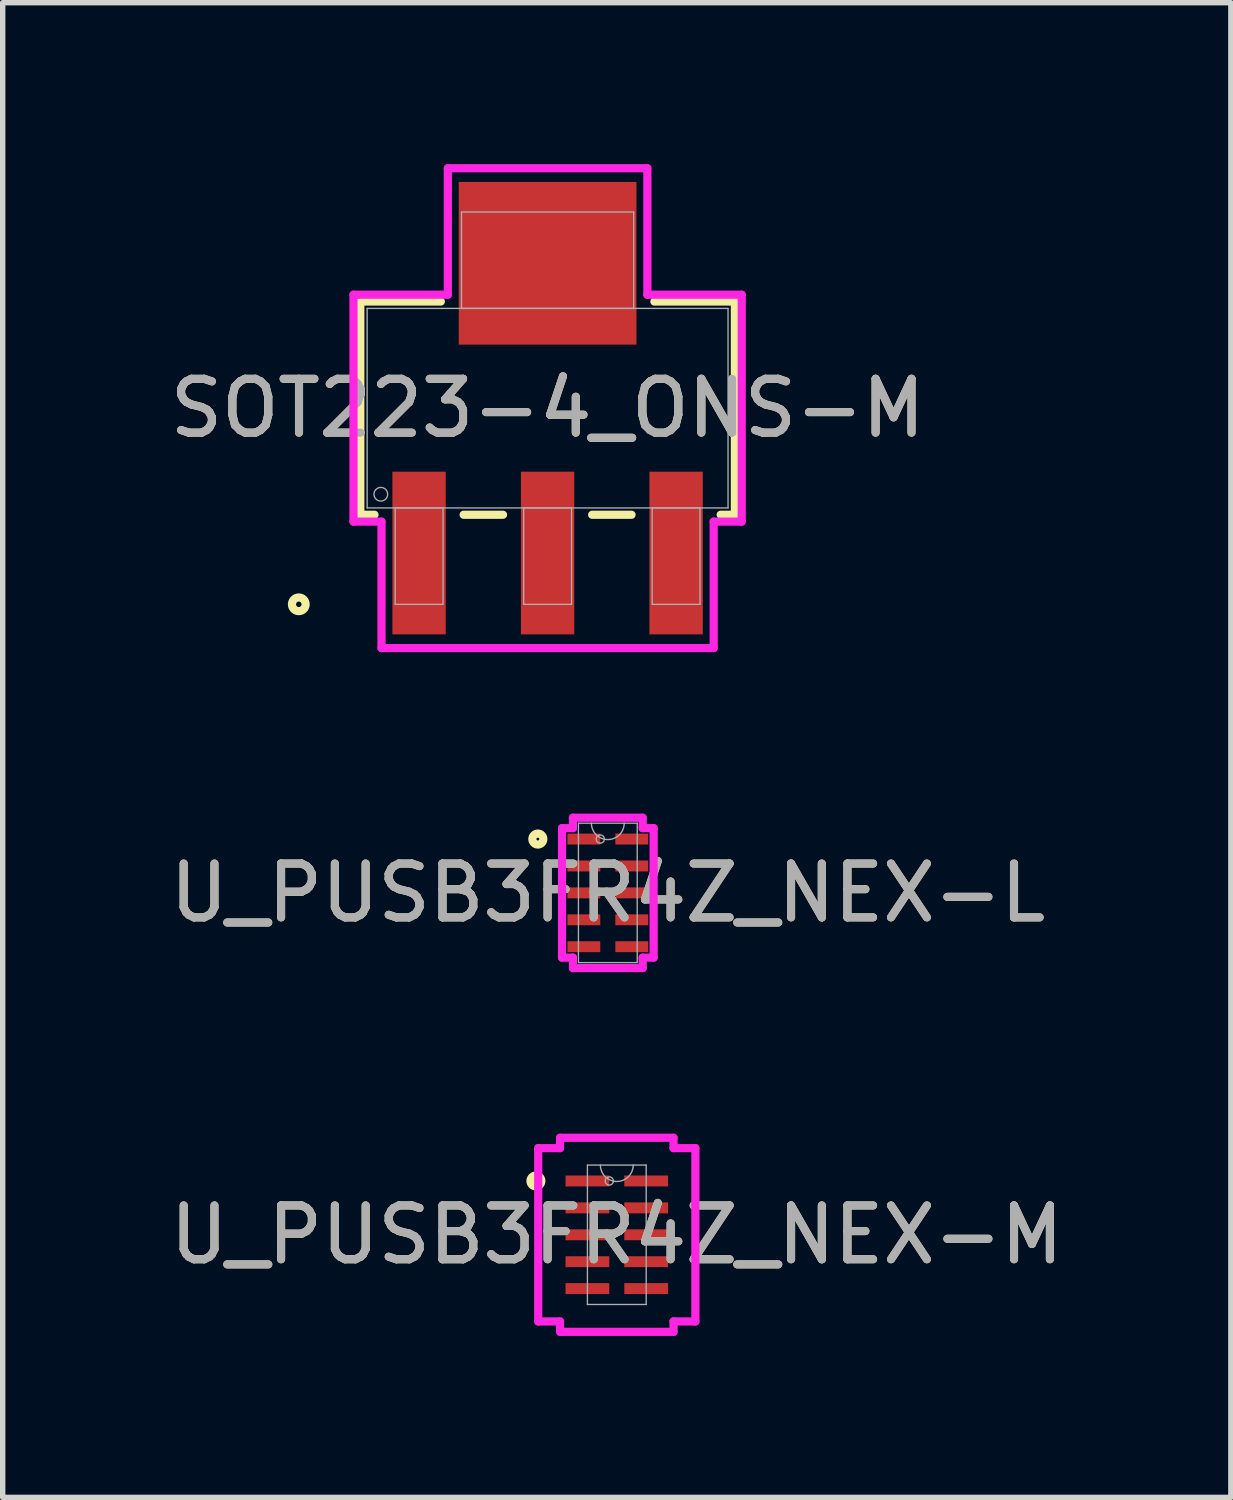
<source format=kicad_pcb>
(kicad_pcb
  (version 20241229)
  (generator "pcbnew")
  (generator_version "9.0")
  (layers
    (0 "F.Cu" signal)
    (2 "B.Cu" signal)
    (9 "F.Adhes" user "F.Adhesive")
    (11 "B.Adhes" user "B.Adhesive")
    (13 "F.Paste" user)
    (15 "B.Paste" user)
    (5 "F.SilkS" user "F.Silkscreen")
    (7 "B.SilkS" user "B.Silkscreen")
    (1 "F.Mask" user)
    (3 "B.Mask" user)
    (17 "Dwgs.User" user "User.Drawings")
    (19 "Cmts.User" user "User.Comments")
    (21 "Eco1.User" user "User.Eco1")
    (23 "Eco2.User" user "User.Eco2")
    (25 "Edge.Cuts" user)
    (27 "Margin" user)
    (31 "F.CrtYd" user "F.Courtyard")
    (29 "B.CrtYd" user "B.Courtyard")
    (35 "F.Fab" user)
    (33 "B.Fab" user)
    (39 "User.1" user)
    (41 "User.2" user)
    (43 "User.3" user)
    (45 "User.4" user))
  (footprint "SOT223-4_ONS-M"
    (layer "F.Cu")
    (at 7.125 4.534)
    (property "Reference" "SOT223-4_ONS-M" (at 0 0 0) (unlocked yes) (layer "F.SilkS") (effects (font (size 1 1) (thickness 0.15))))
    (attr smd)
    (fp_line (start -3.48 -1.981) (end -3.48 1.981) (stroke (width 0.152) (type solid)) (layer "F.SilkS"))
    (fp_line (start -3.48 1.981) (end -3.216 1.981) (stroke (width 0.152) (type solid)) (layer "F.SilkS"))
    (fp_line (start -1.984 -1.981) (end -3.48 -1.981) (stroke (width 0.152) (type solid)) (layer "F.SilkS"))
    (fp_line (start -1.56 1.981) (end -0.828 1.981) (stroke (width 0.152) (type solid)) (layer "F.SilkS"))
    (fp_line (start 0.828 1.981) (end 1.56 1.981) (stroke (width 0.152) (type solid)) (layer "F.SilkS"))
    (fp_line (start 3.216 1.981) (end 3.48 1.981) (stroke (width 0.152) (type solid)) (layer "F.SilkS"))
    (fp_line (start 3.48 -1.981) (end 1.984 -1.981) (stroke (width 0.152) (type solid)) (layer "F.SilkS"))
    (fp_line (start 3.48 1.981) (end 3.48 -1.981) (stroke (width 0.152) (type solid)) (layer "F.SilkS"))
    (fp_circle (center -4.623 3.645) (end -4.496 3.645) (stroke (width 0.152) (type solid)) (fill no) (layer "F.SilkS"))
    (fp_line (start -3.607 -2.108) (end -1.854 -2.108) (stroke (width 0.152) (type solid)) (layer "F.CrtYd"))
    (fp_line (start -3.607 2.108) (end -3.607 -2.108) (stroke (width 0.152) (type solid)) (layer "F.CrtYd"))
    (fp_line (start -3.086 2.108) (end -3.607 2.108) (stroke (width 0.152) (type solid)) (layer "F.CrtYd"))
    (fp_line (start -3.086 4.458) (end -3.086 2.108) (stroke (width 0.152) (type solid)) (layer "F.CrtYd"))
    (fp_line (start -1.854 -4.458) (end 1.854 -4.458) (stroke (width 0.152) (type solid)) (layer "F.CrtYd"))
    (fp_line (start -1.854 -2.108) (end -1.854 -4.458) (stroke (width 0.152) (type solid)) (layer "F.CrtYd"))
    (fp_line (start 1.854 -4.458) (end 1.854 -2.108) (stroke (width 0.152) (type solid)) (layer "F.CrtYd"))
    (fp_line (start 1.854 -2.108) (end 3.607 -2.108) (stroke (width 0.152) (type solid)) (layer "F.CrtYd"))
    (fp_line (start 3.086 2.108) (end 3.086 4.458) (stroke (width 0.152) (type solid)) (layer "F.CrtYd"))
    (fp_line (start 3.086 4.458) (end -3.086 4.458) (stroke (width 0.152) (type solid)) (layer "F.CrtYd"))
    (fp_line (start 3.607 -2.108) (end 3.607 2.108) (stroke (width 0.152) (type solid)) (layer "F.CrtYd"))
    (fp_line (start 3.607 2.108) (end 3.086 2.108) (stroke (width 0.152) (type solid)) (layer "F.CrtYd"))
    (fp_line (start -3.353 -1.854) (end -3.353 1.854) (stroke (width 0.025) (type solid)) (layer "F.Fab"))
    (fp_line (start -3.353 1.854) (end 3.353 1.854) (stroke (width 0.025) (type solid)) (layer "F.Fab"))
    (fp_line (start -2.832 1.854) (end -2.832 3.645) (stroke (width 0.025) (type solid)) (layer "F.Fab"))
    (fp_line (start -2.832 3.645) (end -1.943 3.645) (stroke (width 0.025) (type solid)) (layer "F.Fab"))
    (fp_line (start -1.943 1.854) (end -2.832 1.854) (stroke (width 0.025) (type solid)) (layer "F.Fab"))
    (fp_line (start -1.943 3.645) (end -1.943 1.854) (stroke (width 0.025) (type solid)) (layer "F.Fab"))
    (fp_line (start -1.6 -3.645) (end -1.6 -1.854) (stroke (width 0.025) (type solid)) (layer "F.Fab"))
    (fp_line (start -1.6 -1.854) (end 1.6 -1.854) (stroke (width 0.025) (type solid)) (layer "F.Fab"))
    (fp_line (start -0.445 1.854) (end -0.445 3.645) (stroke (width 0.025) (type solid)) (layer "F.Fab"))
    (fp_line (start -0.445 3.645) (end 0.445 3.645) (stroke (width 0.025) (type solid)) (layer "F.Fab"))
    (fp_line (start 0.445 1.854) (end -0.445 1.854) (stroke (width 0.025) (type solid)) (layer "F.Fab"))
    (fp_line (start 0.445 3.645) (end 0.445 1.854) (stroke (width 0.025) (type solid)) (layer "F.Fab"))
    (fp_line (start 1.6 -3.645) (end -1.6 -3.645) (stroke (width 0.025) (type solid)) (layer "F.Fab"))
    (fp_line (start 1.6 -1.854) (end 1.6 -3.645) (stroke (width 0.025) (type solid)) (layer "F.Fab"))
    (fp_line (start 1.943 1.854) (end 1.943 3.645) (stroke (width 0.025) (type solid)) (layer "F.Fab"))
    (fp_line (start 1.943 3.645) (end 2.832 3.645) (stroke (width 0.025) (type solid)) (layer "F.Fab"))
    (fp_line (start 2.832 1.854) (end 1.943 1.854) (stroke (width 0.025) (type solid)) (layer "F.Fab"))
    (fp_line (start 2.832 3.645) (end 2.832 1.854) (stroke (width 0.025) (type solid)) (layer "F.Fab"))
    (fp_line (start 3.353 -1.854) (end -3.353 -1.854) (stroke (width 0.025) (type solid)) (layer "F.Fab"))
    (fp_line (start 3.353 1.854) (end 3.353 -1.854) (stroke (width 0.025) (type solid)) (layer "F.Fab"))
    (fp_circle (center -3.099 1.6) (end -2.972 1.6) (stroke (width 0.025) (type solid)) (fill no) (layer "F.Fab"))
    (fp_text user "${REFERENCE}" (at 0 0 0) (unlocked yes) (layer "F.Fab") (effects (font (size 1 1) (thickness 0.15))))
    (pad "1" smd rect (at -2.388 2.692) (size 0.991 3.023) (layers "F.Cu" "F.Mask" "F.Paste"))
    (pad "2" smd rect (at 0 2.692) (size 0.991 3.023) (layers "F.Cu" "F.Mask" "F.Paste"))
    (pad "3" smd rect (at 2.388 2.692) (size 0.991 3.023) (layers "F.Cu" "F.Mask" "F.Paste"))
    (pad "4" smd rect (at 0 -2.692) (size 3.302 3.023) (layers "F.Cu" "F.Mask" "F.Paste")))
  (footprint "U_PUSB3FR4Z_NEX-M"
    (layer "F.Cu")
    (at 8.411 19.894)
    (property "Reference" "U_PUSB3FR4Z_NEX-M" (at 0 0 0) (unlocked yes) (layer "F.SilkS") (effects (font (size 1 1) (thickness 0.15))))
    (attr smd)
    (fp_circle (center -1.503 -1) (end -1.402 -1) (stroke (width 0.152) (type solid)) (fill no) (layer "F.SilkS"))
    (fp_line (start -1.46 -1.61) (end -1.054 -1.61) (stroke (width 0.152) (type solid)) (layer "F.CrtYd"))
    (fp_line (start -1.46 1.61) (end -1.46 -1.61) (stroke (width 0.152) (type solid)) (layer "F.CrtYd"))
    (fp_line (start -1.46 1.61) (end -1.054 1.61) (stroke (width 0.152) (type solid)) (layer "F.CrtYd"))
    (fp_line (start -1.054 -1.803) (end 1.054 -1.803) (stroke (width 0.152) (type solid)) (layer "F.CrtYd"))
    (fp_line (start -1.054 -1.61) (end -1.054 -1.803) (stroke (width 0.152) (type solid)) (layer "F.CrtYd"))
    (fp_line (start -1.054 1.803) (end -1.054 1.61) (stroke (width 0.152) (type solid)) (layer "F.CrtYd"))
    (fp_line (start 1.054 -1.803) (end 1.054 -1.61) (stroke (width 0.152) (type solid)) (layer "F.CrtYd"))
    (fp_line (start 1.054 1.61) (end 1.054 1.803) (stroke (width 0.152) (type solid)) (layer "F.CrtYd"))
    (fp_line (start 1.054 1.803) (end -1.054 1.803) (stroke (width 0.152) (type solid)) (layer "F.CrtYd"))
    (fp_line (start 1.46 -1.61) (end 1.054 -1.61) (stroke (width 0.152) (type solid)) (layer "F.CrtYd"))
    (fp_line (start 1.46 -1.61) (end 1.46 1.61) (stroke (width 0.152) (type solid)) (layer "F.CrtYd"))
    (fp_line (start 1.46 1.61) (end 1.054 1.61) (stroke (width 0.152) (type solid)) (layer "F.CrtYd"))
    (fp_line (start -0.546 -1.295) (end -0.546 1.295) (stroke (width 0.025) (type solid)) (layer "F.Fab"))
    (fp_line (start -0.546 1.295) (end 0.546 1.295) (stroke (width 0.025) (type solid)) (layer "F.Fab"))
    (fp_line (start 0.546 -1.295) (end -0.546 -1.295) (stroke (width 0.025) (type solid)) (layer "F.Fab"))
    (fp_line (start 0.546 1.295) (end 0.546 -1.295) (stroke (width 0.025) (type solid)) (layer "F.Fab"))
    (fp_arc (start 0.3048 -1.2954) (mid 0 -0.9906) (end -0.3048 -1.2954) (stroke (width 0.0254) (type solid)) (layer "F.Fab"))
    (fp_circle (center -0.14 -1) (end -0.064 -1) (stroke (width 0.025) (type solid)) (fill no) (layer "F.Fab"))
    (fp_text user "${REFERENCE}" (at 0 0 0) (unlocked yes) (layer "F.Fab") (effects (font (size 1 1) (thickness 0.15))))
    (pad "1" smd rect (at -0.546 -1) (size 0.813 0.203) (layers "F.Cu" "F.Mask" "F.Paste"))
    (pad "2" smd rect (at -0.546 -0.5) (size 0.813 0.203) (layers "F.Cu" "F.Mask" "F.Paste"))
    (pad "3" smd rect (at -0.546 0) (size 0.813 0.203) (layers "F.Cu" "F.Mask" "F.Paste"))
    (pad "4" smd rect (at -0.546 0.5) (size 0.813 0.203) (layers "F.Cu" "F.Mask" "F.Paste"))
    (pad "5" smd rect (at -0.546 1) (size 0.813 0.203) (layers "F.Cu" "F.Mask" "F.Paste"))
    (pad "6" smd rect (at 0.546 1) (size 0.813 0.203) (layers "F.Cu" "F.Mask" "F.Paste"))
    (pad "7" smd rect (at 0.546 0.5) (size 0.813 0.203) (layers "F.Cu" "F.Mask" "F.Paste"))
    (pad "8" smd rect (at 0.546 0) (size 0.813 0.203) (layers "F.Cu" "F.Mask" "F.Paste"))
    (pad "9" smd rect (at 0.546 -0.5) (size 0.813 0.203) (layers "F.Cu" "F.Mask" "F.Paste"))
    (pad "10" smd rect (at 0.546 -1) (size 0.813 0.203) (layers "F.Cu" "F.Mask" "F.Paste")))
  (footprint "U_PUSB3FR4Z_NEX-L"
    (layer "F.Cu")
    (at 8.244 13.541)
    (property "Reference" "U_PUSB3FR4Z_NEX-L" (at 0 0 0) (unlocked yes) (layer "F.SilkS") (effects (font (size 1 1) (thickness 0.15))))
    (attr smd)
    (fp_circle (center -1.3 -1) (end -1.198 -1) (stroke (width 0.152) (type solid)) (fill no) (layer "F.SilkS"))
    (fp_line (start -0.851 -1.203) (end -0.648 -1.203) (stroke (width 0.152) (type solid)) (layer "F.CrtYd"))
    (fp_line (start -0.851 1.203) (end -0.851 -1.203) (stroke (width 0.152) (type solid)) (layer "F.CrtYd"))
    (fp_line (start -0.851 1.203) (end -0.648 1.203) (stroke (width 0.152) (type solid)) (layer "F.CrtYd"))
    (fp_line (start -0.648 -1.397) (end 0.648 -1.397) (stroke (width 0.152) (type solid)) (layer "F.CrtYd"))
    (fp_line (start -0.648 -1.203) (end -0.648 -1.397) (stroke (width 0.152) (type solid)) (layer "F.CrtYd"))
    (fp_line (start -0.648 1.397) (end -0.648 1.203) (stroke (width 0.152) (type solid)) (layer "F.CrtYd"))
    (fp_line (start 0.648 -1.397) (end 0.648 -1.203) (stroke (width 0.152) (type solid)) (layer "F.CrtYd"))
    (fp_line (start 0.648 1.203) (end 0.648 1.397) (stroke (width 0.152) (type solid)) (layer "F.CrtYd"))
    (fp_line (start 0.648 1.397) (end -0.648 1.397) (stroke (width 0.152) (type solid)) (layer "F.CrtYd"))
    (fp_line (start 0.851 -1.203) (end 0.648 -1.203) (stroke (width 0.152) (type solid)) (layer "F.CrtYd"))
    (fp_line (start 0.851 -1.203) (end 0.851 1.203) (stroke (width 0.152) (type solid)) (layer "F.CrtYd"))
    (fp_line (start 0.851 1.203) (end 0.648 1.203) (stroke (width 0.152) (type solid)) (layer "F.CrtYd"))
    (fp_line (start -0.546 -1.295) (end -0.546 1.295) (stroke (width 0.025) (type solid)) (layer "F.Fab"))
    (fp_line (start -0.546 1.295) (end 0.546 1.295) (stroke (width 0.025) (type solid)) (layer "F.Fab"))
    (fp_line (start 0.546 -1.295) (end -0.546 -1.295) (stroke (width 0.025) (type solid)) (layer "F.Fab"))
    (fp_line (start 0.546 1.295) (end 0.546 -1.295) (stroke (width 0.025) (type solid)) (layer "F.Fab"))
    (fp_arc (start 0.3048 -1.2954) (mid 0 -0.9906) (end -0.3048 -1.2954) (stroke (width 0.0254) (type solid)) (layer "F.Fab"))
    (fp_circle (center -0.14 -1) (end -0.064 -1) (stroke (width 0.025) (type solid)) (fill no) (layer "F.Fab"))
    (fp_text user "${REFERENCE}" (at 0 0 0) (unlocked yes) (layer "F.Fab") (effects (font (size 1 1) (thickness 0.15))))
    (pad "1" smd rect (at -0.445 -1) (size 0.61 0.203) (layers "F.Cu" "F.Mask" "F.Paste"))
    (pad "2" smd rect (at -0.445 -0.5) (size 0.61 0.203) (layers "F.Cu" "F.Mask" "F.Paste"))
    (pad "3" smd rect (at -0.445 0) (size 0.61 0.203) (layers "F.Cu" "F.Mask" "F.Paste"))
    (pad "4" smd rect (at -0.445 0.5) (size 0.61 0.203) (layers "F.Cu" "F.Mask" "F.Paste"))
    (pad "5" smd rect (at -0.445 1) (size 0.61 0.203) (layers "F.Cu" "F.Mask" "F.Paste"))
    (pad "6" smd rect (at 0.445 1) (size 0.61 0.203) (layers "F.Cu" "F.Mask" "F.Paste"))
    (pad "7" smd rect (at 0.445 0.5) (size 0.61 0.203) (layers "F.Cu" "F.Mask" "F.Paste"))
    (pad "8" smd rect (at 0.445 0) (size 0.61 0.203) (layers "F.Cu" "F.Mask" "F.Paste"))
    (pad "9" smd rect (at 0.445 -0.5) (size 0.61 0.203) (layers "F.Cu" "F.Mask" "F.Paste"))
    (pad "10" smd rect (at 0.445 -1) (size 0.61 0.203) (layers "F.Cu" "F.Mask" "F.Paste")))
  (gr_rect
    (start -3 -3)
    (end 19.821 24.773)
    (stroke (width 0.1) (type default))
    (fill no)
    (layer "Edge.Cuts")))
</source>
